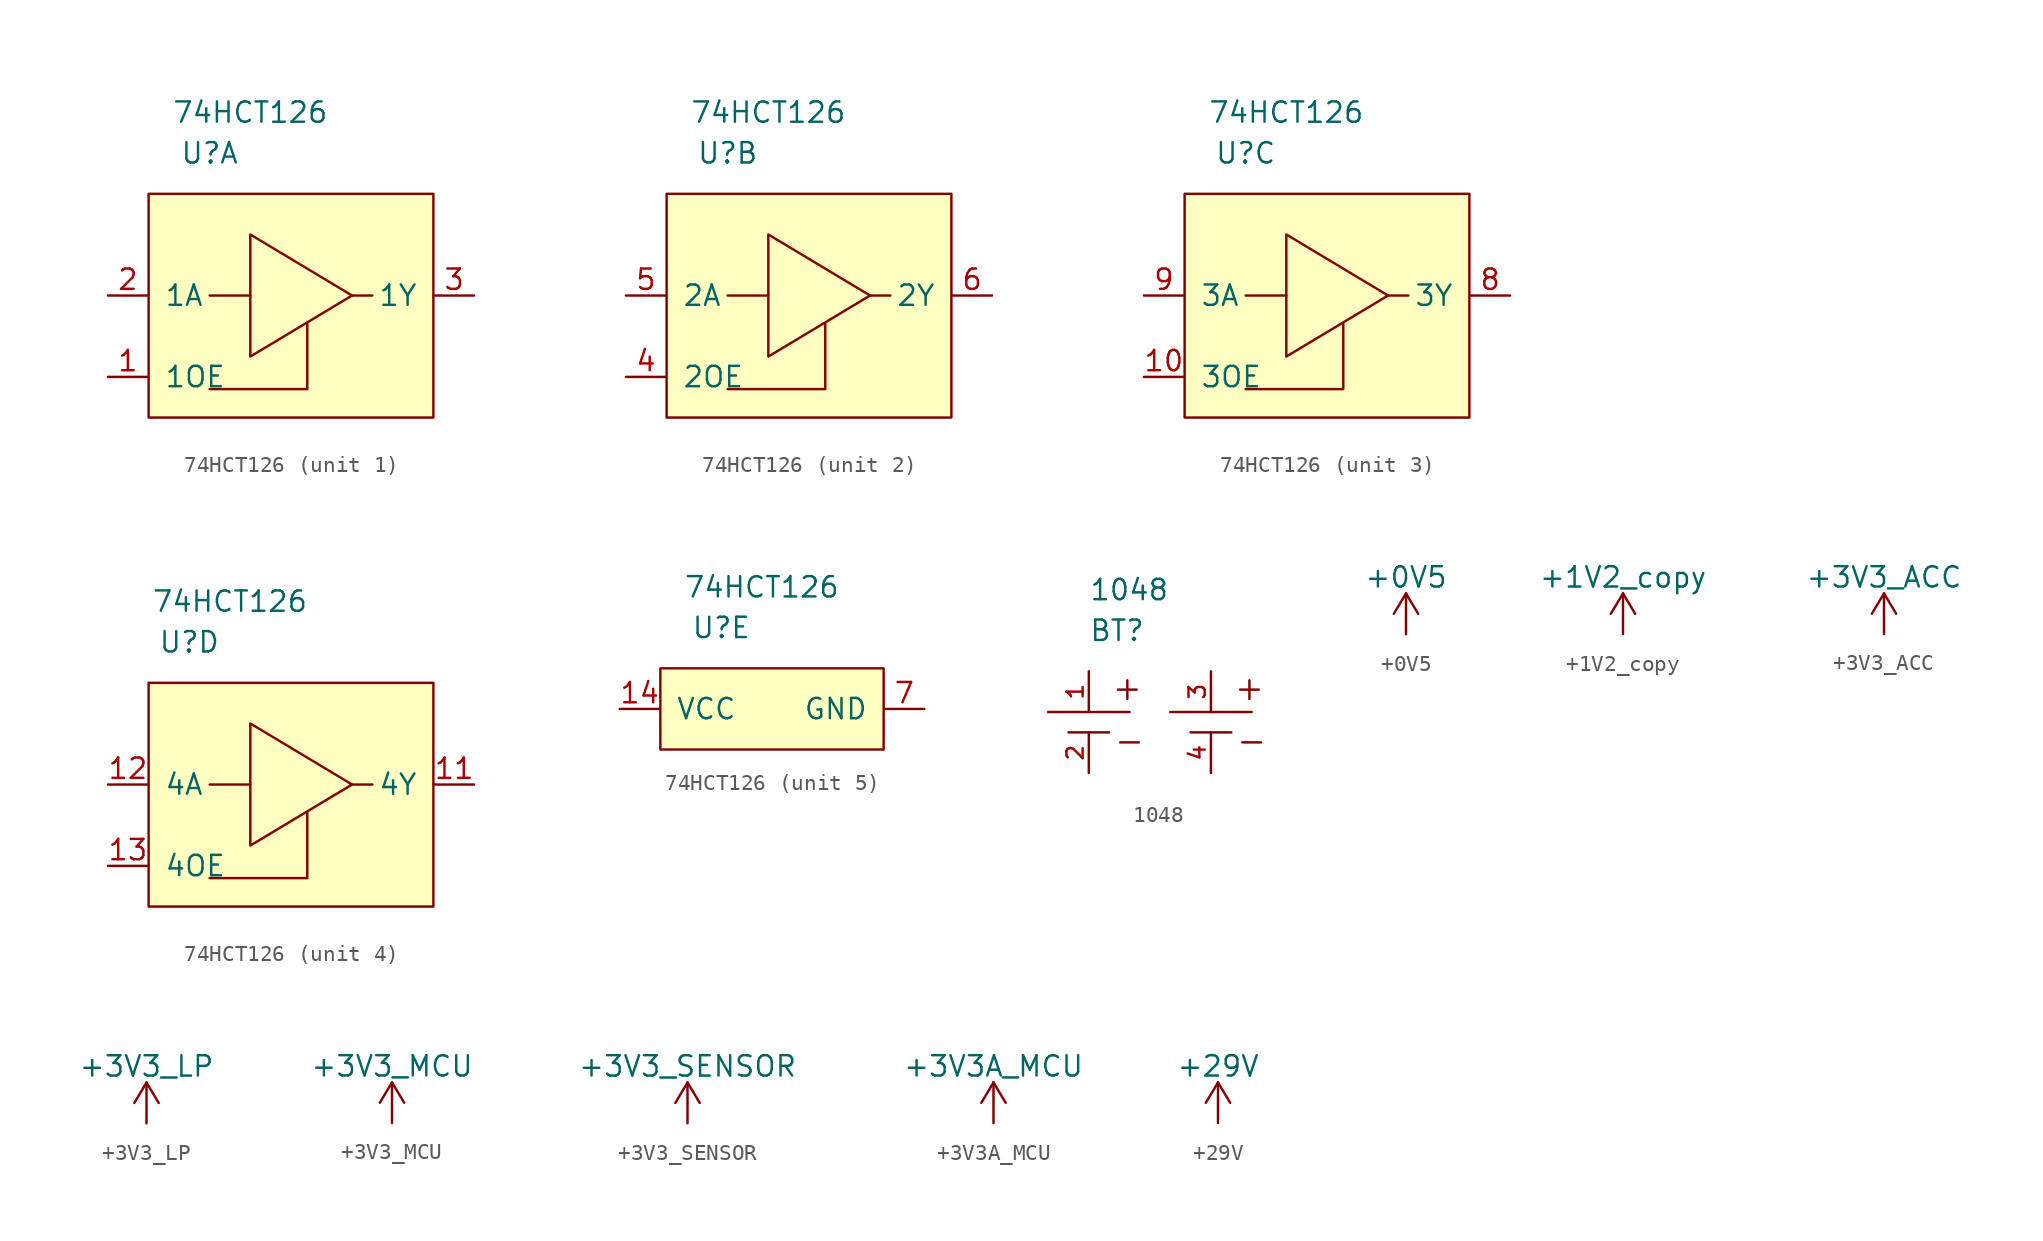
<source format=kicad_sym>
(kicad_symbol_lib
  (version 20211014)
  (generator kicad_symbol_editor)
  (symbol "74HCT126"
    (pin_names
      (offset 1.016))
    (property "Reference" "U"
      (at -3.81 3.81 0)
      (effects (font (size 1.27 1.27))))
    (property "Value" "74HCT126"
      (at -1.27 6.35 0)
      (effects (font (size 1.27 1.27))))
    (property "ki_locked" ""
      (at 0 0 0)
      (effects (font (size 1.27 1.27))))
    (symbol "74HCT126_1_1"
      (rectangle (start -7.62 1.27) (end 10.16 -12.7) (stroke (width 0) (type default) (color 0 0 0 0)) (fill (type background)))
      (polyline (pts (xy -1.27 -5.08) (xy -3.81 -5.08)) (stroke (width 0) (type default) (color 0 0 0 0)) (fill (type none)))
      (polyline (pts (xy 5.08 -5.08) (xy 6.35 -5.08)) (stroke (width 0) (type default) (color 0 0 0 0)) (fill (type none)))
      (polyline (pts (xy 2.286 -6.858) (xy 2.286 -10.922) (xy -3.81 -10.922)) (stroke (width 0) (type default) (color 0 0 0 0)) (fill (type none)))
      (polyline (pts (xy -1.27 -2.54) (xy -1.27 -8.89) (xy 5.08 -5.08) (xy -1.27 -1.27) (xy -1.27 -2.54)) (stroke (width 0) (type default) (color 0 0 0 0)) (fill (type none)))
      (pin input line (at -10.16 -10.16 0) (length 2.489) (name "1OE" (effects (font (size 1.27 1.27)))) (number "1" (effects (font (size 1.27 1.27)))))
      (pin input line (at -10.16 -5.08 0) (length 2.489) (name "1A" (effects (font (size 1.27 1.27)))) (number "2" (effects (font (size 1.27 1.27)))))
      (pin input line (at 12.7 -5.08 180) (length 2.489) (name "1Y" (effects (font (size 1.27 1.27)))) (number "3" (effects (font (size 1.27 1.27))))))
    (symbol "74HCT126_2_1"
      (rectangle (start -7.62 1.27) (end 10.16 -12.7) (stroke (width 0) (type default) (color 0 0 0 0)) (fill (type background)))
      (polyline (pts (xy -1.27 -5.08) (xy -3.81 -5.08)) (stroke (width 0) (type default) (color 0 0 0 0)) (fill (type none)))
      (polyline (pts (xy 5.08 -5.08) (xy 6.35 -5.08)) (stroke (width 0) (type default) (color 0 0 0 0)) (fill (type none)))
      (polyline (pts (xy 2.286 -6.858) (xy 2.286 -10.922) (xy -3.81 -10.922)) (stroke (width 0) (type default) (color 0 0 0 0)) (fill (type none)))
      (polyline (pts (xy -1.27 -2.54) (xy -1.27 -8.89) (xy 5.08 -5.08) (xy -1.27 -1.27) (xy -1.27 -2.54)) (stroke (width 0) (type default) (color 0 0 0 0)) (fill (type none)))
      (pin input line (at -10.16 -10.16 0) (length 2.489) (name "2OE" (effects (font (size 1.27 1.27)))) (number "4" (effects (font (size 1.27 1.27)))))
      (pin input line (at -10.16 -5.08 0) (length 2.489) (name "2A" (effects (font (size 1.27 1.27)))) (number "5" (effects (font (size 1.27 1.27)))))
      (pin input line (at 12.7 -5.08 180) (length 2.489) (name "2Y" (effects (font (size 1.27 1.27)))) (number "6" (effects (font (size 1.27 1.27))))))
    (symbol "74HCT126_3_1"
      (rectangle (start -7.62 1.27) (end 10.16 -12.7) (stroke (width 0) (type default) (color 0 0 0 0)) (fill (type background)))
      (polyline (pts (xy -1.27 -5.08) (xy -3.81 -5.08)) (stroke (width 0) (type default) (color 0 0 0 0)) (fill (type none)))
      (polyline (pts (xy 5.08 -5.08) (xy 6.35 -5.08)) (stroke (width 0) (type default) (color 0 0 0 0)) (fill (type none)))
      (polyline (pts (xy 2.286 -6.858) (xy 2.286 -10.922) (xy -3.81 -10.922)) (stroke (width 0) (type default) (color 0 0 0 0)) (fill (type none)))
      (polyline (pts (xy -1.27 -2.54) (xy -1.27 -8.89) (xy 5.08 -5.08) (xy -1.27 -1.27) (xy -1.27 -2.54)) (stroke (width 0) (type default) (color 0 0 0 0)) (fill (type none)))
      (pin input line (at -10.16 -10.16 0) (length 2.489) (name "3OE" (effects (font (size 1.27 1.27)))) (number "10" (effects (font (size 1.27 1.27)))))
      (pin input line (at 12.7 -5.08 180) (length 2.489) (name "3Y" (effects (font (size 1.27 1.27)))) (number "8" (effects (font (size 1.27 1.27)))))
      (pin input line (at -10.16 -5.08 0) (length 2.489) (name "3A" (effects (font (size 1.27 1.27)))) (number "9" (effects (font (size 1.27 1.27))))))
    (symbol "74HCT126_4_1"
      (rectangle (start -6.35 1.27) (end 11.43 -12.7) (stroke (width 0) (type default) (color 0 0 0 0)) (fill (type background)))
      (polyline (pts (xy 0 -5.08) (xy -2.54 -5.08)) (stroke (width 0) (type default) (color 0 0 0 0)) (fill (type none)))
      (polyline (pts (xy 6.35 -5.08) (xy 7.62 -5.08)) (stroke (width 0) (type default) (color 0 0 0 0)) (fill (type none)))
      (polyline (pts (xy 3.556 -6.858) (xy 3.556 -10.922) (xy -2.54 -10.922)) (stroke (width 0) (type default) (color 0 0 0 0)) (fill (type none)))
      (polyline (pts (xy 0 -2.54) (xy 0 -8.89) (xy 6.35 -5.08) (xy 0 -1.27) (xy 0 -2.54)) (stroke (width 0) (type default) (color 0 0 0 0)) (fill (type none)))
      (pin input line (at 13.97 -5.08 180) (length 2.489) (name "4Y" (effects (font (size 1.27 1.27)))) (number "11" (effects (font (size 1.27 1.27)))))
      (pin input line (at -8.89 -5.08 0) (length 2.489) (name "4A" (effects (font (size 1.27 1.27)))) (number "12" (effects (font (size 1.27 1.27)))))
      (pin input line (at -8.89 -10.16 0) (length 2.489) (name "4OE" (effects (font (size 1.27 1.27)))) (number "13" (effects (font (size 1.27 1.27))))))
    (symbol "74HCT126_5_1"
      (rectangle (start -7.62 1.27) (end 6.35 -3.81) (stroke (width 0) (type default) (color 0 0 0 0)) (fill (type background)))
      (pin input line (at -10.16 -1.27 0) (length 2.489) (name "VCC" (effects (font (size 1.27 1.27)))) (number "14" (effects (font (size 1.27 1.27)))))
      (pin input line (at 8.89 -1.27 180) (length 2.489) (name "GND" (effects (font (size 1.27 1.27)))) (number "7" (effects (font (size 1.27 1.27)))))))
  (symbol "1048"
    (pin_names
      (offset 1.016))
    (property "Reference" "BT"
      (at 0 0 0)
      (effects (font (size 1.27 1.27)) (justify left)))
    (property "Value" "1048"
      (at 0 2.54 0)
      (effects (font (size 1.27 1.27)) (justify left)))
    (symbol "1048_0_0"
      (text "+" (at 9.906 -3.683 900) (effects (font (size 1.524 1.524))))
      (text "-" (at 10.16 -6.858 0) (effects (font (size 1.524 1.524)))))
    (symbol "1048_1_1"
      (polyline (pts (xy 1.27 -6.35) (xy -1.27 -6.35)) (stroke (width 0) (type default) (color 0 0 0 0)) (fill (type none)))
      (polyline (pts (xy 2.54 -5.08) (xy -2.54 -5.08)) (stroke (width 0) (type default) (color 0 0 0 0)) (fill (type none)))
      (polyline (pts (xy 8.89 -6.35) (xy 6.35 -6.35)) (stroke (width 0) (type default) (color 0 0 0 0)) (fill (type none)))
      (polyline (pts (xy 10.16 -5.08) (xy 5.08 -5.08)) (stroke (width 0) (type default) (color 0 0 0 0)) (fill (type none)))
      (text "+" (at 2.286 -3.683 900) (effects (font (size 1.524 1.524))))
      (text "-" (at 2.54 -6.858 0) (effects (font (size 1.524 1.524))))
      (pin passive line (at 0 -2.54 270) (length 2.54) (name "BAT+" (effects (font (size 0 0)))) (number "1" (effects (font (size 1.016 1.016)))))
      (pin passive line (at 0 -8.89 90) (length 2.54) (name "BAT-" (effects (font (size 0 0)))) (number "2" (effects (font (size 1.016 1.016)))))
      (pin passive line (at 7.62 -2.54 270) (length 2.54) (name "BAT2+" (effects (font (size 0 0)))) (number "3" (effects (font (size 1.016 1.016)))))
      (pin passive line (at 7.62 -8.89 90) (length 2.54) (name "BAT2-" (effects (font (size 0 0)))) (number "4" (effects (font (size 1.016 1.016)))))))
  (symbol "+0V5"
    (power)
    (pin_names
      (offset 0))
    (property "Reference" "#PWR"
      (at 0 -3.81 0)
      (effects (font (size 1.27 1.27)) hide))
    (property "Value" "+0V5"
      (at 0 3.556 0)
      (effects (font (size 1.27 1.27))))
    (symbol "+0V5_0_1"
      (polyline (pts (xy -0.762 1.27) (xy 0 2.54)) (stroke (width 0) (type default) (color 0 0 0 0)) (fill (type none)))
      (polyline (pts (xy 0 0) (xy 0 2.54)) (stroke (width 0) (type default) (color 0 0 0 0)) (fill (type none)))
      (polyline (pts (xy 0 2.54) (xy 0.762 1.27)) (stroke (width 0) (type default) (color 0 0 0 0)) (fill (type none))))
    (symbol "+0V5_1_1"
      (pin power_in line (at 0 0 90) (length 0) hide (name "+0V5" (effects (font (size 1.27 1.27)))) (number "1" (effects (font (size 1.27 1.27)))))))
  (symbol "+1V2_copy"
    (power)
    (pin_names
      (offset 0))
    (property "Reference" "#PWR"
      (at 0 -3.81 0)
      (effects (font (size 1.27 1.27)) hide))
    (property "Value" "+1V2_copy"
      (at 0 3.556 0)
      (effects (font (size 1.27 1.27))))
    (symbol "+1V2_copy_0_1"
      (polyline (pts (xy -0.762 1.27) (xy 0 2.54)) (stroke (width 0) (type default) (color 0 0 0 0)) (fill (type none)))
      (polyline (pts (xy 0 0) (xy 0 2.54)) (stroke (width 0) (type default) (color 0 0 0 0)) (fill (type none)))
      (polyline (pts (xy 0 2.54) (xy 0.762 1.27)) (stroke (width 0) (type default) (color 0 0 0 0)) (fill (type none))))
    (symbol "+1V2_copy_1_1"
      (pin power_in line (at 0 0 90) (length 0) hide (name "+1V2" (effects (font (size 1.27 1.27)))) (number "1" (effects (font (size 1.27 1.27)))))))
  (symbol "+3V3_ACC"
    (power)
    (pin_names
      (offset 0))
    (property "Reference" "#PWR"
      (at 0 -3.81 0)
      (effects (font (size 1.27 1.27)) hide))
    (property "Value" "+3V3_ACC"
      (at 0 3.556 0)
      (effects (font (size 1.27 1.27))))
    (symbol "+3V3_ACC_0_1"
      (polyline (pts (xy -0.762 1.27) (xy 0 2.54)) (stroke (width 0) (type default) (color 0 0 0 0)) (fill (type none)))
      (polyline (pts (xy 0 0) (xy 0 2.54)) (stroke (width 0) (type default) (color 0 0 0 0)) (fill (type none)))
      (polyline (pts (xy 0 2.54) (xy 0.762 1.27)) (stroke (width 0) (type default) (color 0 0 0 0)) (fill (type none))))
    (symbol "+3V3_ACC_1_1"
      (pin power_in line (at 0 0 90) (length 0) hide (name "+3V3_ACC" (effects (font (size 1.27 1.27)))) (number "1" (effects (font (size 1.27 1.27)))))))
  (symbol "+3V3_LP"
    (power)
    (pin_names
      (offset 0))
    (property "Reference" "#PWR"
      (at 0 -3.81 0)
      (effects (font (size 1.27 1.27)) hide))
    (property "Value" "+3V3_LP"
      (at 0 3.556 0)
      (effects (font (size 1.27 1.27))))
    (symbol "+3V3_LP_0_1"
      (polyline (pts (xy -0.762 1.27) (xy 0 2.54)) (stroke (width 0) (type default) (color 0 0 0 0)) (fill (type none)))
      (polyline (pts (xy 0 0) (xy 0 2.54)) (stroke (width 0) (type default) (color 0 0 0 0)) (fill (type none)))
      (polyline (pts (xy 0 2.54) (xy 0.762 1.27)) (stroke (width 0) (type default) (color 0 0 0 0)) (fill (type none))))
    (symbol "+3V3_LP_1_1"
      (pin power_in line (at 0 0 90) (length 0) hide (name "+3V3_LP" (effects (font (size 1.27 1.27)))) (number "1" (effects (font (size 1.27 1.27)))))))
  (symbol "+3V3_MCU"
    (power)
    (pin_names
      (offset 0))
    (property "Reference" "#PWR"
      (at 0 -3.81 0)
      (effects (font (size 1.27 1.27)) hide))
    (property "Value" "+3V3_MCU"
      (at 0 3.556 0)
      (effects (font (size 1.27 1.27))))
    (symbol "+3V3_MCU_0_1"
      (polyline (pts (xy -0.762 1.27) (xy 0 2.54)) (stroke (width 0) (type default) (color 0 0 0 0)) (fill (type none)))
      (polyline (pts (xy 0 0) (xy 0 2.54)) (stroke (width 0) (type default) (color 0 0 0 0)) (fill (type none)))
      (polyline (pts (xy 0 2.54) (xy 0.762 1.27)) (stroke (width 0) (type default) (color 0 0 0 0)) (fill (type none))))
    (symbol "+3V3_MCU_1_1"
      (pin power_in line (at 0 0 90) (length 0) hide (name "+3V3_MCU" (effects (font (size 1.27 1.27)))) (number "1" (effects (font (size 1.27 1.27)))))))
  (symbol "+3V3_SENSOR"
    (power)
    (pin_names
      (offset 0))
    (property "Reference" "#PWR"
      (at 0 -3.81 0)
      (effects (font (size 1.27 1.27)) hide))
    (property "Value" "+3V3_SENSOR"
      (at 0 3.556 0)
      (effects (font (size 1.27 1.27))))
    (symbol "+3V3_SENSOR_0_1"
      (polyline (pts (xy -0.762 1.27) (xy 0 2.54)) (stroke (width 0) (type default) (color 0 0 0 0)) (fill (type none)))
      (polyline (pts (xy 0 0) (xy 0 2.54)) (stroke (width 0) (type default) (color 0 0 0 0)) (fill (type none)))
      (polyline (pts (xy 0 2.54) (xy 0.762 1.27)) (stroke (width 0) (type default) (color 0 0 0 0)) (fill (type none))))
    (symbol "+3V3_SENSOR_1_1"
      (pin power_in line (at 0 0 90) (length 0) hide (name "+3V3_SENSOR" (effects (font (size 1.27 1.27)))) (number "1" (effects (font (size 1.27 1.27)))))))
  (symbol "+3V3A_MCU"
    (power)
    (pin_names
      (offset 0))
    (property "Reference" "#PWR"
      (at 0 -3.81 0)
      (effects (font (size 1.27 1.27)) hide))
    (property "Value" "+3V3A_MCU"
      (at 0 3.556 0)
      (effects (font (size 1.27 1.27))))
    (symbol "+3V3A_MCU_0_1"
      (polyline (pts (xy -0.762 1.27) (xy 0 2.54)) (stroke (width 0) (type default) (color 0 0 0 0)) (fill (type none)))
      (polyline (pts (xy 0 0) (xy 0 2.54)) (stroke (width 0) (type default) (color 0 0 0 0)) (fill (type none)))
      (polyline (pts (xy 0 2.54) (xy 0.762 1.27)) (stroke (width 0) (type default) (color 0 0 0 0)) (fill (type none))))
    (symbol "+3V3A_MCU_1_1"
      (pin power_in line (at 0 0 90) (length 0) hide (name "+3.3VA" (effects (font (size 1.27 1.27)))) (number "1" (effects (font (size 1.27 1.27)))))))
  (symbol "+29V"
    (power)
    (pin_names
      (offset 0))
    (property "Reference" "#PWR"
      (at 0 -3.81 0)
      (effects (font (size 1.27 1.27)) hide))
    (property "Value" "+29V"
      (at 0 3.556 0)
      (effects (font (size 1.27 1.27))))
    (property "Footprint" ""
      (at 0 0 0)
      (effects (font (size 1.27 1.27))))
    (property "Datasheet" ""
      (at 0 0 0)
      (effects (font (size 1.27 1.27))))
    (symbol "+29V_0_1"
      (polyline (pts (xy -0.762 1.27) (xy 0 2.54)) (stroke (width 0) (type default) (color 0 0 0 0)) (fill (type none)))
      (polyline (pts (xy 0 0) (xy 0 2.54)) (stroke (width 0) (type default) (color 0 0 0 0)) (fill (type none)))
      (polyline (pts (xy 0 2.54) (xy 0.762 1.27)) (stroke (width 0) (type default) (color 0 0 0 0)) (fill (type none))))
    (symbol "+29V_1_1"
      (pin power_in line (at 0 0 90) (length 0) hide (name "+29V" (effects (font (size 1.27 1.27)))) (number "1" (effects (font (size 1.27 1.27))))))))
</source>
